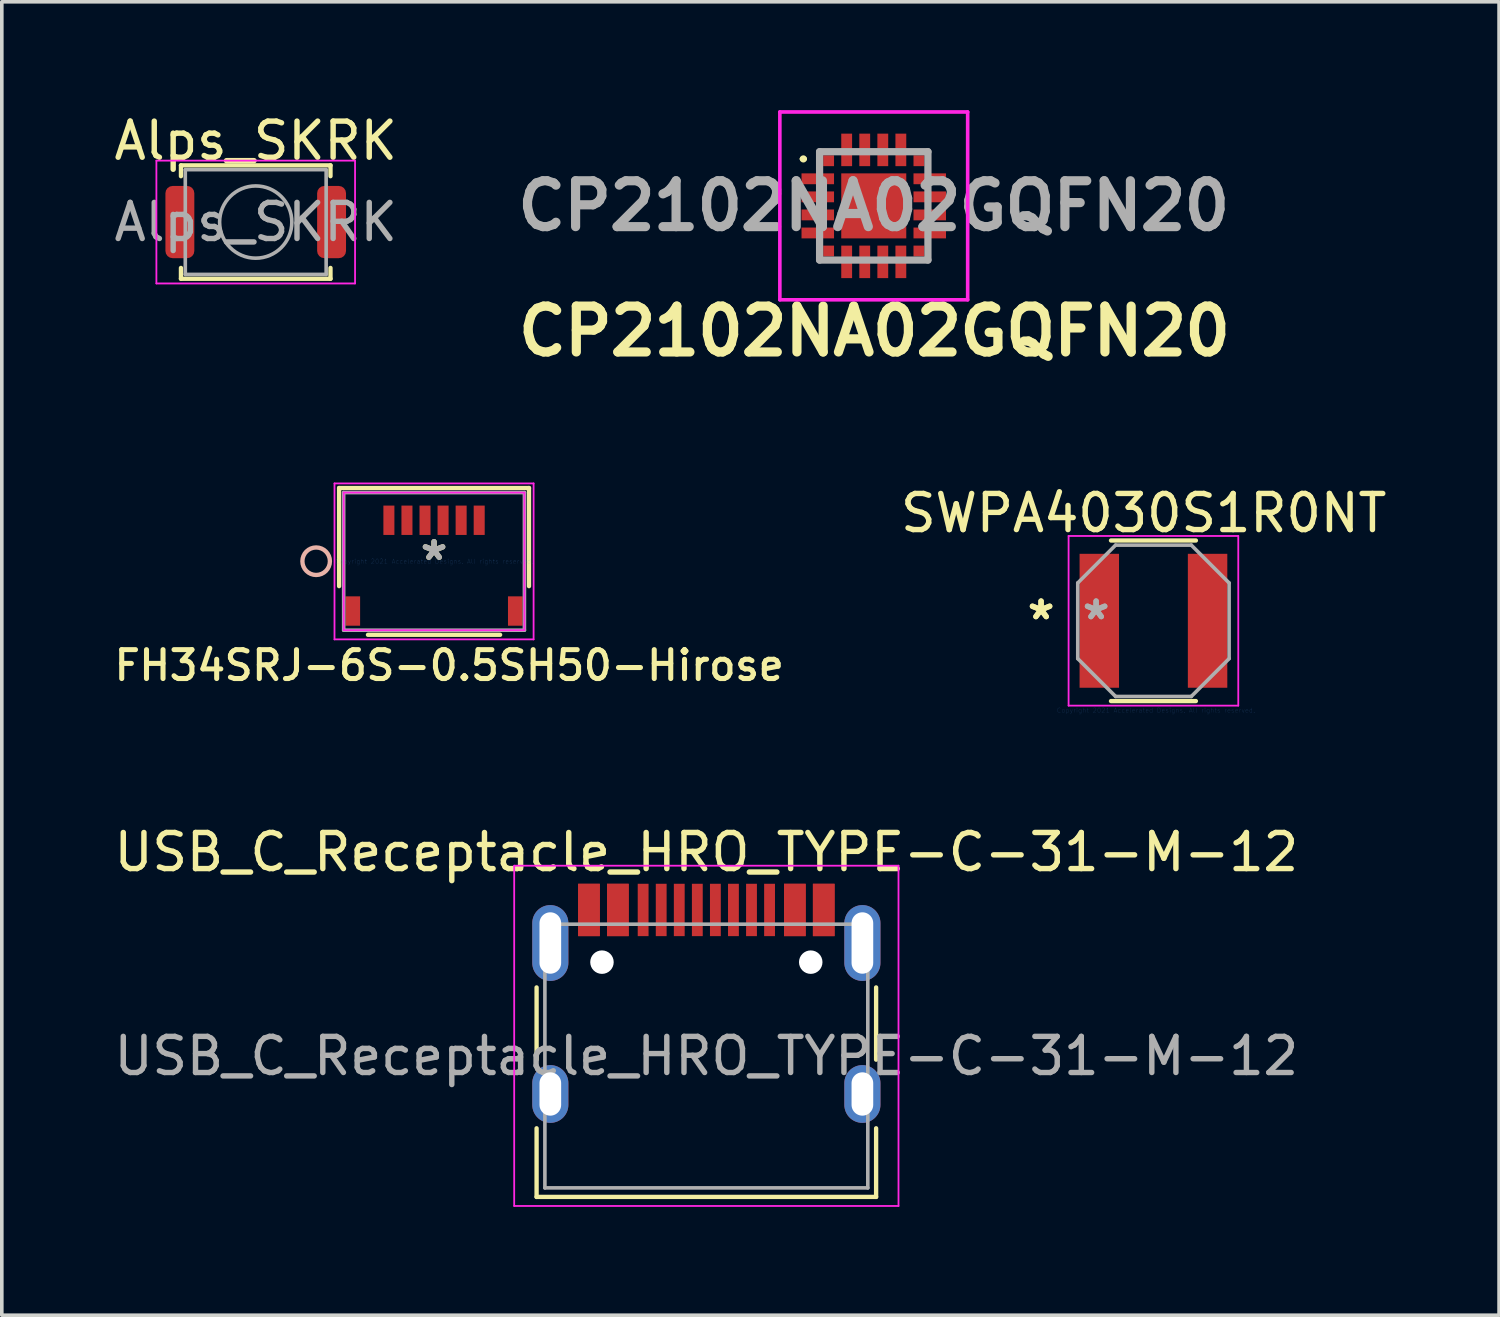
<source format=kicad_pcb>
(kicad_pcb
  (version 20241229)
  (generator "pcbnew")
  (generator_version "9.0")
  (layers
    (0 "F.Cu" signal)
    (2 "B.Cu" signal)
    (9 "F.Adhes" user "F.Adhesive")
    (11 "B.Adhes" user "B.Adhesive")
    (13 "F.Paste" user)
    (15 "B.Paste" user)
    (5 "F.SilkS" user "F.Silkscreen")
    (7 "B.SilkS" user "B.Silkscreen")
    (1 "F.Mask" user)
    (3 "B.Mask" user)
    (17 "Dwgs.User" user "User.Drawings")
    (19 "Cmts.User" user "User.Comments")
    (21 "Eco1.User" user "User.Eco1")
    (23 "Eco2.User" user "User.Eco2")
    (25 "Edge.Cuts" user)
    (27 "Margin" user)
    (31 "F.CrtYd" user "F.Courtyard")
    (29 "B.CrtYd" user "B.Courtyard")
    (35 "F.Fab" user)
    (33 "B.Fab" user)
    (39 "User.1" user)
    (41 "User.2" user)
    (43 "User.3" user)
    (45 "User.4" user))
  (footprint "FH34SRJ-6S-0.5SH50-Hirose"
    (layer "F.Cu")
    (at 8.967 12.493)
    (property "Reference" "FH34SRJ-6S-0.5SH50-Hirose" (at 0.42 2.88 0) (layer "F.SilkS") (effects (font (size 0.8 0.8) (thickness 0.14))))
    (attr smd)
    (fp_line (start -2.629 -2.032) (end 2.629 -2.032) (stroke (width 0.12) (type solid)) (layer "F.SilkS"))
    (fp_line (start -2.629 0.685) (end -2.629 -2.032) (stroke (width 0.12) (type solid)) (layer "F.SilkS"))
    (fp_line (start 1.829 2.032) (end -1.829 2.032) (stroke (width 0.12) (type solid)) (layer "F.SilkS"))
    (fp_line (start 2.629 -2.032) (end 2.629 0.685) (stroke (width 0.12) (type solid)) (layer "F.SilkS"))
    (fp_circle (center -3.264 -0.005) (end -2.883 -0.005) (stroke (width 0.12) (type solid)) (fill no) (layer "B.SilkS"))
    (fp_line (start -2.756 -2.159) (end -2.756 2.159) (stroke (width 0.05) (type solid)) (layer "F.CrtYd"))
    (fp_line (start -2.756 2.159) (end 2.756 2.159) (stroke (width 0.05) (type solid)) (layer "F.CrtYd"))
    (fp_line (start -2.502 -1.905) (end -2.502 1.905) (stroke (width 0.05) (type solid)) (layer "F.CrtYd"))
    (fp_line (start -2.502 1.905) (end 2.502 1.905) (stroke (width 0.05) (type solid)) (layer "F.CrtYd"))
    (fp_line (start 2.502 -1.905) (end -2.502 -1.905) (stroke (width 0.05) (type solid)) (layer "F.CrtYd"))
    (fp_line (start 2.502 1.905) (end 2.502 -1.905) (stroke (width 0.05) (type solid)) (layer "F.CrtYd"))
    (fp_line (start 2.756 -2.159) (end -2.756 -2.159) (stroke (width 0.05) (type solid)) (layer "F.CrtYd"))
    (fp_line (start 2.756 2.159) (end 2.756 -2.159) (stroke (width 0.05) (type solid)) (layer "F.CrtYd"))
    (fp_line (start -2.502 -1.905) (end -2.502 1.905) (stroke (width 0.1) (type solid)) (layer "F.Fab"))
    (fp_line (start -2.502 1.905) (end 2.502 1.905) (stroke (width 0.1) (type solid)) (layer "F.Fab"))
    (fp_line (start 2.502 -1.905) (end -2.502 -1.905) (stroke (width 0.1) (type solid)) (layer "F.Fab"))
    (fp_line (start 2.502 1.905) (end 2.502 -1.905) (stroke (width 0.1) (type solid)) (layer "F.Fab"))
    (fp_text user "*" (at 0 0 0) (layer "F.SilkS") (effects (font (size 1 1) (thickness 0.15))))
    (fp_text user "Copyright 2021 Accelerated Designs. All rights reserved." (at 0 0 0) (layer "Cmts.User") (effects (font (size 0.127 0.127) (thickness 0.002))))
    (fp_text user "*" (at 0 0 0) (layer "F.Fab") (effects (font (size 1 1) (thickness 0.15))))
    (pad "1" smd rect (at 1.25 -1.139) (size 0.305 0.813) (layers "F.Cu" "F.Mask" "F.Paste"))
    (pad "2" smd rect (at 0.75 -1.139) (size 0.305 0.813) (layers "F.Cu" "F.Mask" "F.Paste"))
    (pad "3" smd rect (at 0.25 -1.139) (size 0.305 0.813) (layers "F.Cu" "F.Mask" "F.Paste"))
    (pad "4" smd rect (at -0.25 -1.139) (size 0.305 0.813) (layers "F.Cu" "F.Mask" "F.Paste"))
    (pad "5" smd rect (at -0.75 -1.139) (size 0.305 0.813) (layers "F.Cu" "F.Mask" "F.Paste"))
    (pad "6" smd rect (at -1.25 -1.139) (size 0.305 0.813) (layers "F.Cu" "F.Mask" "F.Paste"))
    (pad "7" smd rect (at -2.25 1.374) (size 0.406 0.813) (layers "F.Cu" "F.Mask" "F.Paste"))
    (pad "8" smd rect (at 2.25 1.374) (size 0.406 0.813) (layers "F.Cu" "F.Mask" "F.Paste")))
  (footprint "Alps_SKRK"
    (layer "F.Cu")
    (at 4.03 3.098)
    (property "Reference" "Alps_SKRK" (at 0 -2.25 0) (layer "F.SilkS") (effects (font (size 1 1) (thickness 0.15))))
    (attr smd)
    (fp_line (start -2.07 -1.57) (end 2.07 -1.57) (stroke (width 0.12) (type solid)) (layer "F.SilkS"))
    (fp_line (start -2.07 -1.27) (end -2.07 -1.57) (stroke (width 0.12) (type solid)) (layer "F.SilkS"))
    (fp_line (start -2.07 1.57) (end -2.07 1.27) (stroke (width 0.12) (type solid)) (layer "F.SilkS"))
    (fp_line (start 2.07 -1.57) (end 2.07 -1.27) (stroke (width 0.12) (type solid)) (layer "F.SilkS"))
    (fp_line (start 2.07 1.27) (end 2.07 1.57) (stroke (width 0.12) (type solid)) (layer "F.SilkS"))
    (fp_line (start 2.07 1.57) (end -2.07 1.57) (stroke (width 0.12) (type solid)) (layer "F.SilkS"))
    (fp_line (start -2.75 -1.7) (end 2.75 -1.7) (stroke (width 0.05) (type solid)) (layer "F.CrtYd"))
    (fp_line (start -2.75 1.7) (end -2.75 -1.7) (stroke (width 0.05) (type solid)) (layer "F.CrtYd"))
    (fp_line (start 2.75 -1.7) (end 2.75 1.7) (stroke (width 0.05) (type solid)) (layer "F.CrtYd"))
    (fp_line (start 2.75 1.7) (end -2.75 1.7) (stroke (width 0.05) (type solid)) (layer "F.CrtYd"))
    (fp_line (start -1.95 -1.45) (end 1.95 -1.45) (stroke (width 0.1) (type solid)) (layer "F.Fab"))
    (fp_line (start -1.95 1.45) (end -1.95 -1.45) (stroke (width 0.1) (type solid)) (layer "F.Fab"))
    (fp_line (start 1.95 -1.45) (end 1.95 1.45) (stroke (width 0.1) (type solid)) (layer "F.Fab"))
    (fp_line (start 1.95 1.45) (end -1.95 1.45) (stroke (width 0.1) (type solid)) (layer "F.Fab"))
    (fp_circle (center 0 0) (end 1 0) (stroke (width 0.1) (type solid)) (fill no) (layer "F.Fab"))
    (fp_text user "${REFERENCE}" (at 0 0 0) (layer "F.Fab") (effects (font (size 1 1) (thickness 0.15))))
    (pad "1" smd roundrect (at -2.1 0) (size 0.8 2) (layers "F.Cu" "F.Mask" "F.Paste") (roundrect_rratio 0.25))
    (pad "2" smd roundrect (at 2.1 0) (size 0.8 2) (layers "F.Cu" "F.Mask" "F.Paste") (roundrect_rratio 0.25)))
  (footprint "CP2102NA02GQFN20"
    (layer "F.Cu")
    (at 21.141 2.65)
    (property "Reference" "CP2102NA02GQFN20" (at 0.02 3.47 0) (layer "F.SilkS") (effects (font (size 1.27 1.27) (thickness 0.254))))
    (attr smd)
    (fp_line (start -2 -1.3) (end -2 -1.3) (stroke (width 0.1) (type solid)) (layer "F.SilkS"))
    (fp_line (start -1.9 -1.3) (end -1.9 -1.3) (stroke (width 0.1) (type solid)) (layer "F.SilkS"))
    (fp_arc (start -2 -1.3) (mid -1.95 -1.35) (end -1.9 -1.3) (stroke (width 0.1) (type solid)) (layer "F.SilkS"))
    (fp_arc (start -1.9 -1.3) (mid -1.95 -1.25) (end -2 -1.3) (stroke (width 0.1) (type solid)) (layer "F.SilkS"))
    (fp_line (start -2.6 -2.6) (end 2.6 -2.6) (stroke (width 0.1) (type solid)) (layer "F.CrtYd"))
    (fp_line (start -2.6 2.6) (end -2.6 -2.6) (stroke (width 0.1) (type solid)) (layer "F.CrtYd"))
    (fp_line (start 2.6 -2.6) (end 2.6 2.6) (stroke (width 0.1) (type solid)) (layer "F.CrtYd"))
    (fp_line (start 2.6 2.6) (end -2.6 2.6) (stroke (width 0.1) (type solid)) (layer "F.CrtYd"))
    (fp_line (start -1.5 -1.5) (end 1.5 -1.5) (stroke (width 0.2) (type solid)) (layer "F.Fab"))
    (fp_line (start -1.5 1.5) (end -1.5 -1.5) (stroke (width 0.2) (type solid)) (layer "F.Fab"))
    (fp_line (start 1.5 -1.5) (end 1.5 1.5) (stroke (width 0.2) (type solid)) (layer "F.Fab"))
    (fp_line (start 1.5 1.5) (end -1.5 1.5) (stroke (width 0.2) (type solid)) (layer "F.Fab"))
    (fp_text user "${REFERENCE}" (at 0 0 0) (layer "F.Fab") (effects (font (size 1.27 1.27) (thickness 0.254))))
    (pad "1" smd rect (at -1.25 -1.25) (size 0.3 0.3) (layers "F.Cu" "F.Mask" "F.Paste"))
    (pad "2" smd rect (at -1.55 -0.75 90) (size 0.3 0.9) (layers "F.Cu" "F.Mask" "F.Paste"))
    (pad "3" smd rect (at -1.55 -0.25 90) (size 0.3 0.9) (layers "F.Cu" "F.Mask" "F.Paste"))
    (pad "4" smd rect (at -1.55 0.25 90) (size 0.3 0.9) (layers "F.Cu" "F.Mask" "F.Paste"))
    (pad "5" smd rect (at -1.55 0.75 90) (size 0.3 0.9) (layers "F.Cu" "F.Mask" "F.Paste"))
    (pad "6" smd rect (at -1.25 1.25) (size 0.3 0.3) (layers "F.Cu" "F.Mask" "F.Paste"))
    (pad "7" smd rect (at -0.75 1.55) (size 0.3 0.9) (layers "F.Cu" "F.Mask" "F.Paste"))
    (pad "8" smd rect (at -0.25 1.55) (size 0.3 0.9) (layers "F.Cu" "F.Mask" "F.Paste"))
    (pad "9" smd rect (at 0.25 1.55) (size 0.3 0.9) (layers "F.Cu" "F.Mask" "F.Paste"))
    (pad "10" smd rect (at 0.75 1.55) (size 0.3 0.9) (layers "F.Cu" "F.Mask" "F.Paste"))
    (pad "11" smd rect (at 1.25 1.25) (size 0.3 0.3) (layers "F.Cu" "F.Mask" "F.Paste"))
    (pad "12" smd rect (at 1.55 0.75 90) (size 0.3 0.9) (layers "F.Cu" "F.Mask" "F.Paste"))
    (pad "13" smd rect (at 1.55 0.25 90) (size 0.3 0.9) (layers "F.Cu" "F.Mask" "F.Paste"))
    (pad "14" smd rect (at 1.55 -0.25 90) (size 0.3 0.9) (layers "F.Cu" "F.Mask" "F.Paste"))
    (pad "15" smd rect (at 1.55 -0.75 90) (size 0.3 0.9) (layers "F.Cu" "F.Mask" "F.Paste"))
    (pad "16" smd rect (at 1.25 -1.25) (size 0.3 0.3) (layers "F.Cu" "F.Mask" "F.Paste"))
    (pad "17" smd rect (at 0.75 -1.55) (size 0.3 0.9) (layers "F.Cu" "F.Mask" "F.Paste"))
    (pad "18" smd rect (at 0.25 -1.55) (size 0.3 0.9) (layers "F.Cu" "F.Mask" "F.Paste"))
    (pad "19" smd rect (at -0.25 -1.55) (size 0.3 0.9) (layers "F.Cu" "F.Mask" "F.Paste"))
    (pad "20" smd rect (at -0.75 -1.55) (size 0.3 0.9) (layers "F.Cu" "F.Mask" "F.Paste"))
    (pad "21" smd rect (at 0 0) (size 1.8 1.8) (layers "F.Cu" "F.Mask" "F.Paste")))
  (footprint "SWPA4030S1R0NT"
    (layer "F.Cu")
    (at 28.884 14.137)
    (property "Reference" "SWPA4030S1R0NT" (at -0.27 -2.98 0) (layer "F.SilkS") (effects (font (size 1 1) (thickness 0.15))))
    (attr smd)
    (fp_line (start -1.175 2.223) (end 1.175 2.223) (stroke (width 0.12) (type solid)) (layer "F.SilkS"))
    (fp_line (start 1.175 -2.223) (end -1.175 -2.223) (stroke (width 0.12) (type solid)) (layer "F.SilkS"))
    (fp_line (start -2.349 -2.349) (end 2.349 -2.349) (stroke (width 0.05) (type solid)) (layer "F.CrtYd"))
    (fp_line (start -2.349 2.349) (end -2.349 -2.349) (stroke (width 0.05) (type solid)) (layer "F.CrtYd"))
    (fp_line (start 2.349 -2.349) (end 2.349 2.349) (stroke (width 0.05) (type solid)) (layer "F.CrtYd"))
    (fp_line (start 2.349 2.349) (end -2.349 2.349) (stroke (width 0.05) (type solid)) (layer "F.CrtYd"))
    (fp_line (start -2.095 -1.048) (end -2.095 1.048) (stroke (width 0.1) (type solid)) (layer "F.Fab"))
    (fp_line (start -2.095 1.048) (end -1.048 2.095) (stroke (width 0.1) (type solid)) (layer "F.Fab"))
    (fp_line (start -1.048 -2.095) (end -2.095 -1.048) (stroke (width 0.1) (type solid)) (layer "F.Fab"))
    (fp_line (start -1.048 2.095) (end 1.048 2.095) (stroke (width 0.1) (type solid)) (layer "F.Fab"))
    (fp_line (start 1.048 -2.095) (end -1.048 -2.095) (stroke (width 0.1) (type solid)) (layer "F.Fab"))
    (fp_line (start 1.048 2.095) (end 2.095 1.048) (stroke (width 0.1) (type solid)) (layer "F.Fab"))
    (fp_line (start 2.095 -1.048) (end 1.048 -2.095) (stroke (width 0.1) (type solid)) (layer "F.Fab"))
    (fp_line (start 2.095 1.048) (end 2.095 -1.048) (stroke (width 0.1) (type solid)) (layer "F.Fab"))
    (fp_text user "*" (at -3.111 0 0) (layer "F.SilkS") (effects (font (size 1 1) (thickness 0.15))))
    (fp_text user "*" (at -3.111 0 0) (layer "F.SilkS") (effects (font (size 1 1) (thickness 0.15))))
    (fp_text user "Copyright 2021 Accelerated Designs. All rights reserved." (at 0.07 2.48 0) (layer "Cmts.User") (effects (font (size 0.127 0.127) (thickness 0.002))))
    (fp_text user "*" (at -1.587 0 0) (layer "F.Fab") (effects (font (size 1 1) (thickness 0.15))))
    (fp_text user "*" (at -1.587 0 0) (layer "F.Fab") (effects (font (size 1 1) (thickness 0.15))))
    (pad "1" smd rect (at -1.499 0) (size 1.092 3.708) (layers "F.Cu" "F.Mask" "F.Paste"))
    (pad "2" smd rect (at 1.499 0) (size 1.092 3.708) (layers "F.Cu" "F.Mask" "F.Paste")))
  (footprint "USB_C_Receptacle_HRO_TYPE-C-31-M-12"
    (layer "F.Cu")
    (at 16.506 26.188)
    (property "Reference" "USB_C_Receptacle_HRO_TYPE-C-31-M-12" (at 0 -5.645 0) (layer "F.SilkS") (effects (font (size 1 1) (thickness 0.15))))
    (attr smd)
    (fp_line (start -4.7 -1.9) (end -4.7 0.1) (stroke (width 0.12) (type solid)) (layer "F.SilkS"))
    (fp_line (start -4.7 2) (end -4.7 3.9) (stroke (width 0.12) (type solid)) (layer "F.SilkS"))
    (fp_line (start -4.7 3.9) (end 4.7 3.9) (stroke (width 0.12) (type solid)) (layer "F.SilkS"))
    (fp_line (start 4.7 -1.9) (end 4.7 0.1) (stroke (width 0.12) (type solid)) (layer "F.SilkS"))
    (fp_line (start 4.7 2) (end 4.7 3.9) (stroke (width 0.12) (type solid)) (layer "F.SilkS"))
    (fp_line (start -5.32 -5.27) (end -5.32 4.15) (stroke (width 0.05) (type solid)) (layer "F.CrtYd"))
    (fp_line (start -5.32 -5.27) (end 5.32 -5.27) (stroke (width 0.05) (type solid)) (layer "F.CrtYd"))
    (fp_line (start -5.32 4.15) (end 5.32 4.15) (stroke (width 0.05) (type solid)) (layer "F.CrtYd"))
    (fp_line (start 5.32 -5.27) (end 5.32 4.15) (stroke (width 0.05) (type solid)) (layer "F.CrtYd"))
    (fp_line (start -4.47 -3.65) (end -4.47 3.65) (stroke (width 0.1) (type solid)) (layer "F.Fab"))
    (fp_line (start -4.47 -3.65) (end 4.47 -3.65) (stroke (width 0.1) (type solid)) (layer "F.Fab"))
    (fp_line (start -4.47 3.65) (end 4.47 3.65) (stroke (width 0.1) (type solid)) (layer "F.Fab"))
    (fp_line (start 4.47 -3.65) (end 4.47 3.65) (stroke (width 0.1) (type solid)) (layer "F.Fab"))
    (fp_text user "${REFERENCE}" (at 0 0 0) (layer "F.Fab") (effects (font (size 1 1) (thickness 0.15))))
    (pad "" np_thru_hole circle (at -2.89 -2.6) (size 0.65 0.65) (drill 0.65) (layers "*.Cu" "*.Mask"))
    (pad "" np_thru_hole circle (at 2.89 -2.6) (size 0.65 0.65) (drill 0.65) (layers "*.Cu" "*.Mask"))
    (pad "A1" smd rect (at -3.25 -4.045) (size 0.6 1.45) (layers "F.Cu" "F.Mask" "F.Paste"))
    (pad "A4" smd rect (at -2.45 -4.045) (size 0.6 1.45) (layers "F.Cu" "F.Mask" "F.Paste"))
    (pad "A5" smd rect (at -1.25 -4.045) (size 0.3 1.45) (layers "F.Cu" "F.Mask" "F.Paste"))
    (pad "A6" smd rect (at -0.25 -4.045) (size 0.3 1.45) (layers "F.Cu" "F.Mask" "F.Paste"))
    (pad "A7" smd rect (at 0.25 -4.045) (size 0.3 1.45) (layers "F.Cu" "F.Mask" "F.Paste"))
    (pad "A8" smd rect (at 1.25 -4.045) (size 0.3 1.45) (layers "F.Cu" "F.Mask" "F.Paste"))
    (pad "A9" smd rect (at 2.45 -4.045) (size 0.6 1.45) (layers "F.Cu" "F.Mask" "F.Paste"))
    (pad "A12" smd rect (at 3.25 -4.045) (size 0.6 1.45) (layers "F.Cu" "F.Mask" "F.Paste"))
    (pad "B1" smd rect (at 3.25 -4.045) (size 0.6 1.45) (layers "F.Cu" "F.Mask" "F.Paste"))
    (pad "B4" smd rect (at 2.45 -4.045) (size 0.6 1.45) (layers "F.Cu" "F.Mask" "F.Paste"))
    (pad "B5" smd rect (at 1.75 -4.045) (size 0.3 1.45) (layers "F.Cu" "F.Mask" "F.Paste"))
    (pad "B6" smd rect (at 0.75 -4.045) (size 0.3 1.45) (layers "F.Cu" "F.Mask" "F.Paste"))
    (pad "B7" smd rect (at -0.75 -4.045) (size 0.3 1.45) (layers "F.Cu" "F.Mask" "F.Paste"))
    (pad "B8" smd rect (at -1.75 -4.045) (size 0.3 1.45) (layers "F.Cu" "F.Mask" "F.Paste"))
    (pad "B9" smd rect (at -2.45 -4.045) (size 0.6 1.45) (layers "F.Cu" "F.Mask" "F.Paste"))
    (pad "B12" smd rect (at -3.25 -4.045) (size 0.6 1.45) (layers "F.Cu" "F.Mask" "F.Paste"))
    (pad "S1" thru_hole oval (at -4.32 -3.13) (size 1 2.1) (drill oval 0.6 1.7) (layers "*.Cu" "*.Mask"))
    (pad "S1" thru_hole oval (at -4.32 1.05) (size 1 1.6) (drill oval 0.6 1.2) (layers "*.Cu" "*.Mask"))
    (pad "S1" thru_hole oval (at 4.32 -3.13) (size 1 2.1) (drill oval 0.6 1.7) (layers "*.Cu" "*.Mask"))
    (pad "S1" thru_hole oval (at 4.32 1.05) (size 1 1.6) (drill oval 0.6 1.2) (layers "*.Cu" "*.Mask")))
  (gr_rect
    (start -3 -3)
    (end 38.453 33.363)
    (stroke (width 0.1) (type default))
    (fill no)
    (layer "Edge.Cuts")))
</source>
